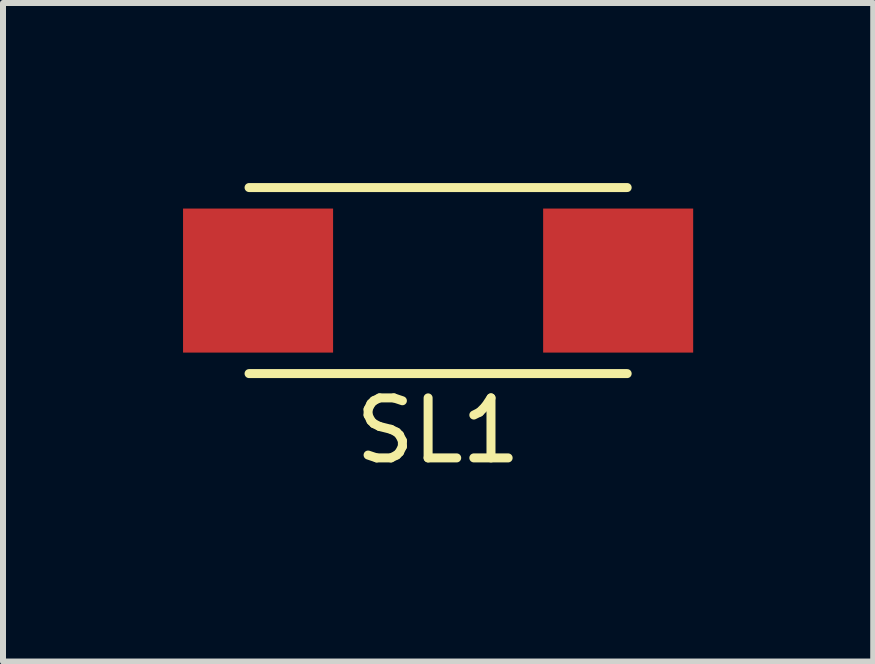
<source format=kicad_pcb>
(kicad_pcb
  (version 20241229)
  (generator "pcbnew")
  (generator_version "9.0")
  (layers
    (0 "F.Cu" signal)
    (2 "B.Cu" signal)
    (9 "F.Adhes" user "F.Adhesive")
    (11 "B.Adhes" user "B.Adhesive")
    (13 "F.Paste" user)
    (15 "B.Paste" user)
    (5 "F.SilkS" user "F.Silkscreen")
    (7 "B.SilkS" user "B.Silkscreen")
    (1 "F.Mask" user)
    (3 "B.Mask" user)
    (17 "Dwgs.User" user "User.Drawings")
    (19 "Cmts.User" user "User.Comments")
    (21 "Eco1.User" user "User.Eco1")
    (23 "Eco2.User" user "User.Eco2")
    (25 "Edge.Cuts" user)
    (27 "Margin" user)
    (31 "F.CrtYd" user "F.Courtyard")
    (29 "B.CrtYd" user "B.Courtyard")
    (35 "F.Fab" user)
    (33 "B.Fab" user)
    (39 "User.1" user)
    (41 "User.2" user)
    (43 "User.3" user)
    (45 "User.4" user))
  (footprint "SL1"
    (layer "F.Cu")
    (at 4.25 1.625)
    (property "Reference" "SL1" (at 0 2.5 0) (layer "F.SilkS") (effects (font (size 1 1) (thickness 0.15))))
    (attr through_hole)
    (fp_line (start -3.15 -1.55) (end 3.15 -1.55) (stroke (width 0.15) (type solid)) (layer "F.SilkS"))
    (fp_line (start -3.15 1.55) (end 3.15 1.55) (stroke (width 0.15) (type solid)) (layer "F.SilkS"))
    (pad "1" smd rect (at 3 0) (size 2.5 2.4) (layers "F.Cu" "F.Mask" "F.Paste"))
    (pad "2" smd rect (at -3 0) (size 2.5 2.4) (layers "F.Cu" "F.Mask" "F.Paste")))
  (gr_rect
    (start -3 -3)
    (end 11.5 7.973)
    (stroke (width 0.1) (type default))
    (fill no)
    (layer "Edge.Cuts")))
</source>
